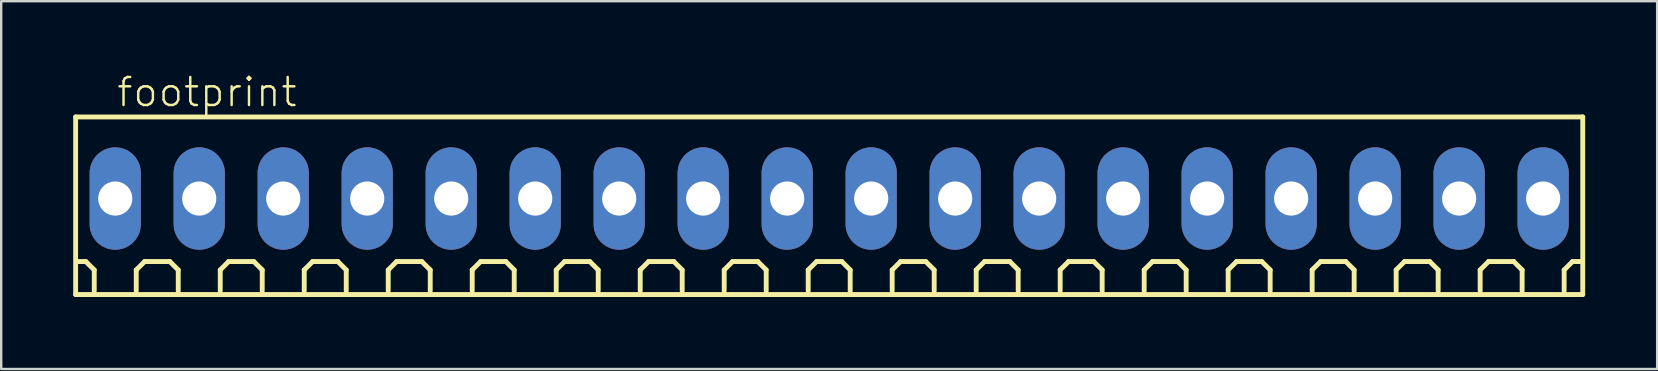
<source format=kicad_pcb>
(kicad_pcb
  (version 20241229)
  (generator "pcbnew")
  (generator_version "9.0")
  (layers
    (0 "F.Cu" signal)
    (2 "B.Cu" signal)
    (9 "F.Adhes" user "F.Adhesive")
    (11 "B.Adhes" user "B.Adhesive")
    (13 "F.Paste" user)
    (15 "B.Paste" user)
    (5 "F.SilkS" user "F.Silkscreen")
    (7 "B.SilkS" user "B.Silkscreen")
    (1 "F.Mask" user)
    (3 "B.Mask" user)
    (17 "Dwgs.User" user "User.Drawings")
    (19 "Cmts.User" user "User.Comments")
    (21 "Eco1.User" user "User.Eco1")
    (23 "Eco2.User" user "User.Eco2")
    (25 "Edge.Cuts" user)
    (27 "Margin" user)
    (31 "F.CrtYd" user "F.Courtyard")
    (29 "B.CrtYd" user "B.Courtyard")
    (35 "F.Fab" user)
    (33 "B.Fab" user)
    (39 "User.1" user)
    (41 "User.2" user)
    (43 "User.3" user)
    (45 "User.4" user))
  (footprint "footprint"
    (layer "F.Cu")
    (at 31.502 5.223)
    (property "Reference" "footprint" (at -29.75 -3.75 0) (layer "F.SilkS") (effects (font (size 1.168 1.168) (thickness 0.102)) (justify left bottom)))
    (fp_line (start -31.4 -3.4) (end 31.4 -3.4) (stroke (width 0.203) (type solid)) (layer "F.SilkS"))
    (fp_line (start -31.4 4) (end -31.4 -3.4) (stroke (width 0.203) (type solid)) (layer "F.SilkS"))
    (fp_line (start -30.975 2.625) (end -31.325 2.625) (stroke (width 0.203) (type solid)) (layer "F.SilkS"))
    (fp_line (start -30.625 2.975) (end -30.975 2.625) (stroke (width 0.203) (type solid)) (layer "F.SilkS"))
    (fp_line (start -30.625 3.85) (end -30.625 2.975) (stroke (width 0.203) (type solid)) (layer "F.SilkS"))
    (fp_line (start -28.875 2.975) (end -28.525 2.625) (stroke (width 0.203) (type solid)) (layer "F.SilkS"))
    (fp_line (start -28.875 3.85) (end -28.875 2.975) (stroke (width 0.203) (type solid)) (layer "F.SilkS"))
    (fp_line (start -28.525 2.625) (end -27.475 2.625) (stroke (width 0.203) (type solid)) (layer "F.SilkS"))
    (fp_line (start -27.475 2.625) (end -27.125 2.975) (stroke (width 0.203) (type solid)) (layer "F.SilkS"))
    (fp_line (start -27.125 2.975) (end -27.125 3.85) (stroke (width 0.203) (type solid)) (layer "F.SilkS"))
    (fp_line (start -25.375 2.975) (end -25.025 2.625) (stroke (width 0.203) (type solid)) (layer "F.SilkS"))
    (fp_line (start -25.375 3.85) (end -25.375 2.975) (stroke (width 0.203) (type solid)) (layer "F.SilkS"))
    (fp_line (start -25.025 2.625) (end -23.975 2.625) (stroke (width 0.203) (type solid)) (layer "F.SilkS"))
    (fp_line (start -23.975 2.625) (end -23.625 2.975) (stroke (width 0.203) (type solid)) (layer "F.SilkS"))
    (fp_line (start -23.625 2.975) (end -23.625 3.85) (stroke (width 0.203) (type solid)) (layer "F.SilkS"))
    (fp_line (start -21.875 2.975) (end -21.525 2.625) (stroke (width 0.203) (type solid)) (layer "F.SilkS"))
    (fp_line (start -21.875 3.85) (end -21.875 2.975) (stroke (width 0.203) (type solid)) (layer "F.SilkS"))
    (fp_line (start -21.525 2.625) (end -20.475 2.625) (stroke (width 0.203) (type solid)) (layer "F.SilkS"))
    (fp_line (start -20.475 2.625) (end -20.125 2.975) (stroke (width 0.203) (type solid)) (layer "F.SilkS"))
    (fp_line (start -20.125 2.975) (end -20.125 3.85) (stroke (width 0.203) (type solid)) (layer "F.SilkS"))
    (fp_line (start -18.375 2.975) (end -18.025 2.625) (stroke (width 0.203) (type solid)) (layer "F.SilkS"))
    (fp_line (start -18.375 3.85) (end -18.375 2.975) (stroke (width 0.203) (type solid)) (layer "F.SilkS"))
    (fp_line (start -18.025 2.625) (end -16.975 2.625) (stroke (width 0.203) (type solid)) (layer "F.SilkS"))
    (fp_line (start -16.975 2.625) (end -16.625 2.975) (stroke (width 0.203) (type solid)) (layer "F.SilkS"))
    (fp_line (start -16.625 2.975) (end -16.625 3.85) (stroke (width 0.203) (type solid)) (layer "F.SilkS"))
    (fp_line (start -14.875 2.975) (end -14.525 2.625) (stroke (width 0.203) (type solid)) (layer "F.SilkS"))
    (fp_line (start -14.875 3.85) (end -14.875 2.975) (stroke (width 0.203) (type solid)) (layer "F.SilkS"))
    (fp_line (start -14.525 2.625) (end -13.475 2.625) (stroke (width 0.203) (type solid)) (layer "F.SilkS"))
    (fp_line (start -13.475 2.625) (end -13.125 2.975) (stroke (width 0.203) (type solid)) (layer "F.SilkS"))
    (fp_line (start -13.125 2.975) (end -13.125 3.85) (stroke (width 0.203) (type solid)) (layer "F.SilkS"))
    (fp_line (start -11.375 2.975) (end -11.025 2.625) (stroke (width 0.203) (type solid)) (layer "F.SilkS"))
    (fp_line (start -11.375 3.85) (end -11.375 2.975) (stroke (width 0.203) (type solid)) (layer "F.SilkS"))
    (fp_line (start -11.025 2.625) (end -9.975 2.625) (stroke (width 0.203) (type solid)) (layer "F.SilkS"))
    (fp_line (start -9.975 2.625) (end -9.625 2.975) (stroke (width 0.203) (type solid)) (layer "F.SilkS"))
    (fp_line (start -9.625 2.975) (end -9.625 3.85) (stroke (width 0.203) (type solid)) (layer "F.SilkS"))
    (fp_line (start -7.875 2.975) (end -7.525 2.625) (stroke (width 0.203) (type solid)) (layer "F.SilkS"))
    (fp_line (start -7.875 3.85) (end -7.875 2.975) (stroke (width 0.203) (type solid)) (layer "F.SilkS"))
    (fp_line (start -7.525 2.625) (end -6.475 2.625) (stroke (width 0.203) (type solid)) (layer "F.SilkS"))
    (fp_line (start -6.475 2.625) (end -6.125 2.975) (stroke (width 0.203) (type solid)) (layer "F.SilkS"))
    (fp_line (start -6.125 2.975) (end -6.125 3.85) (stroke (width 0.203) (type solid)) (layer "F.SilkS"))
    (fp_line (start -4.375 2.975) (end -4.025 2.625) (stroke (width 0.203) (type solid)) (layer "F.SilkS"))
    (fp_line (start -4.375 3.85) (end -4.375 2.975) (stroke (width 0.203) (type solid)) (layer "F.SilkS"))
    (fp_line (start -4.025 2.625) (end -2.975 2.625) (stroke (width 0.203) (type solid)) (layer "F.SilkS"))
    (fp_line (start -2.975 2.625) (end -2.625 2.975) (stroke (width 0.203) (type solid)) (layer "F.SilkS"))
    (fp_line (start -2.625 2.975) (end -2.625 3.85) (stroke (width 0.203) (type solid)) (layer "F.SilkS"))
    (fp_line (start -0.875 2.975) (end -0.525 2.625) (stroke (width 0.203) (type solid)) (layer "F.SilkS"))
    (fp_line (start -0.875 3.85) (end -0.875 2.975) (stroke (width 0.203) (type solid)) (layer "F.SilkS"))
    (fp_line (start -0.525 2.625) (end 0.525 2.625) (stroke (width 0.203) (type solid)) (layer "F.SilkS"))
    (fp_line (start 0.525 2.625) (end 0.875 2.975) (stroke (width 0.203) (type solid)) (layer "F.SilkS"))
    (fp_line (start 0.875 2.975) (end 0.875 3.85) (stroke (width 0.203) (type solid)) (layer "F.SilkS"))
    (fp_line (start 2.625 2.975) (end 2.975 2.625) (stroke (width 0.203) (type solid)) (layer "F.SilkS"))
    (fp_line (start 2.625 3.85) (end 2.625 2.975) (stroke (width 0.203) (type solid)) (layer "F.SilkS"))
    (fp_line (start 2.975 2.625) (end 4.025 2.625) (stroke (width 0.203) (type solid)) (layer "F.SilkS"))
    (fp_line (start 4.025 2.625) (end 4.375 2.975) (stroke (width 0.203) (type solid)) (layer "F.SilkS"))
    (fp_line (start 4.375 2.975) (end 4.375 3.85) (stroke (width 0.203) (type solid)) (layer "F.SilkS"))
    (fp_line (start 6.125 2.975) (end 6.475 2.625) (stroke (width 0.203) (type solid)) (layer "F.SilkS"))
    (fp_line (start 6.125 3.85) (end 6.125 2.975) (stroke (width 0.203) (type solid)) (layer "F.SilkS"))
    (fp_line (start 6.475 2.625) (end 7.525 2.625) (stroke (width 0.203) (type solid)) (layer "F.SilkS"))
    (fp_line (start 7.525 2.625) (end 7.875 2.975) (stroke (width 0.203) (type solid)) (layer "F.SilkS"))
    (fp_line (start 7.875 2.975) (end 7.875 3.85) (stroke (width 0.203) (type solid)) (layer "F.SilkS"))
    (fp_line (start 9.625 2.975) (end 9.975 2.625) (stroke (width 0.203) (type solid)) (layer "F.SilkS"))
    (fp_line (start 9.625 3.85) (end 9.625 2.975) (stroke (width 0.203) (type solid)) (layer "F.SilkS"))
    (fp_line (start 9.975 2.625) (end 11.025 2.625) (stroke (width 0.203) (type solid)) (layer "F.SilkS"))
    (fp_line (start 11.025 2.625) (end 11.375 2.975) (stroke (width 0.203) (type solid)) (layer "F.SilkS"))
    (fp_line (start 11.375 2.975) (end 11.375 3.85) (stroke (width 0.203) (type solid)) (layer "F.SilkS"))
    (fp_line (start 13.125 2.975) (end 13.475 2.625) (stroke (width 0.203) (type solid)) (layer "F.SilkS"))
    (fp_line (start 13.125 3.85) (end 13.125 2.975) (stroke (width 0.203) (type solid)) (layer "F.SilkS"))
    (fp_line (start 13.475 2.625) (end 14.525 2.625) (stroke (width 0.203) (type solid)) (layer "F.SilkS"))
    (fp_line (start 14.525 2.625) (end 14.875 2.975) (stroke (width 0.203) (type solid)) (layer "F.SilkS"))
    (fp_line (start 14.875 2.975) (end 14.875 3.85) (stroke (width 0.203) (type solid)) (layer "F.SilkS"))
    (fp_line (start 16.625 2.975) (end 16.975 2.625) (stroke (width 0.203) (type solid)) (layer "F.SilkS"))
    (fp_line (start 16.625 3.85) (end 16.625 2.975) (stroke (width 0.203) (type solid)) (layer "F.SilkS"))
    (fp_line (start 16.975 2.625) (end 18.025 2.625) (stroke (width 0.203) (type solid)) (layer "F.SilkS"))
    (fp_line (start 18.025 2.625) (end 18.375 2.975) (stroke (width 0.203) (type solid)) (layer "F.SilkS"))
    (fp_line (start 18.375 2.975) (end 18.375 3.85) (stroke (width 0.203) (type solid)) (layer "F.SilkS"))
    (fp_line (start 20.125 2.975) (end 20.475 2.625) (stroke (width 0.203) (type solid)) (layer "F.SilkS"))
    (fp_line (start 20.125 3.85) (end 20.125 2.975) (stroke (width 0.203) (type solid)) (layer "F.SilkS"))
    (fp_line (start 20.475 2.625) (end 21.525 2.625) (stroke (width 0.203) (type solid)) (layer "F.SilkS"))
    (fp_line (start 21.525 2.625) (end 21.875 2.975) (stroke (width 0.203) (type solid)) (layer "F.SilkS"))
    (fp_line (start 21.875 2.975) (end 21.875 3.85) (stroke (width 0.203) (type solid)) (layer "F.SilkS"))
    (fp_line (start 23.625 2.975) (end 23.975 2.625) (stroke (width 0.203) (type solid)) (layer "F.SilkS"))
    (fp_line (start 23.625 3.85) (end 23.625 2.975) (stroke (width 0.203) (type solid)) (layer "F.SilkS"))
    (fp_line (start 23.975 2.625) (end 25.025 2.625) (stroke (width 0.203) (type solid)) (layer "F.SilkS"))
    (fp_line (start 25.025 2.625) (end 25.375 2.975) (stroke (width 0.203) (type solid)) (layer "F.SilkS"))
    (fp_line (start 25.375 2.975) (end 25.375 3.85) (stroke (width 0.203) (type solid)) (layer "F.SilkS"))
    (fp_line (start 27.125 2.975) (end 27.475 2.625) (stroke (width 0.203) (type solid)) (layer "F.SilkS"))
    (fp_line (start 27.125 3.85) (end 27.125 2.975) (stroke (width 0.203) (type solid)) (layer "F.SilkS"))
    (fp_line (start 27.475 2.625) (end 28.525 2.625) (stroke (width 0.203) (type solid)) (layer "F.SilkS"))
    (fp_line (start 28.525 2.625) (end 28.875 2.975) (stroke (width 0.203) (type solid)) (layer "F.SilkS"))
    (fp_line (start 28.875 2.975) (end 28.875 3.85) (stroke (width 0.203) (type solid)) (layer "F.SilkS"))
    (fp_line (start 30.625 2.975) (end 30.975 2.625) (stroke (width 0.203) (type solid)) (layer "F.SilkS"))
    (fp_line (start 30.625 3.85) (end 30.625 2.975) (stroke (width 0.203) (type solid)) (layer "F.SilkS"))
    (fp_line (start 30.975 2.625) (end 31.325 2.625) (stroke (width 0.203) (type solid)) (layer "F.SilkS"))
    (fp_line (start 31.4 -3.4) (end 31.4 4) (stroke (width 0.203) (type solid)) (layer "F.SilkS"))
    (fp_line (start 31.4 4) (end -31.4 4) (stroke (width 0.203) (type solid)) (layer "F.SilkS"))
    (pad "1" thru_hole oval (at -29.75 0 90) (size 4.267 2.134) (drill 1.422) (layers "*.Cu" "*.Mask"))
    (pad "2" thru_hole oval (at -26.25 0 90) (size 4.267 2.134) (drill 1.422) (layers "*.Cu" "*.Mask"))
    (pad "3" thru_hole oval (at -22.75 0 90) (size 4.267 2.134) (drill 1.422) (layers "*.Cu" "*.Mask"))
    (pad "4" thru_hole oval (at -19.25 0 90) (size 4.267 2.134) (drill 1.422) (layers "*.Cu" "*.Mask"))
    (pad "5" thru_hole oval (at -15.75 0 90) (size 4.267 2.134) (drill 1.422) (layers "*.Cu" "*.Mask"))
    (pad "6" thru_hole oval (at -12.25 0 90) (size 4.267 2.134) (drill 1.422) (layers "*.Cu" "*.Mask"))
    (pad "7" thru_hole oval (at -8.75 0 90) (size 4.267 2.134) (drill 1.422) (layers "*.Cu" "*.Mask"))
    (pad "8" thru_hole oval (at -5.25 0 90) (size 4.267 2.134) (drill 1.422) (layers "*.Cu" "*.Mask"))
    (pad "9" thru_hole oval (at -1.75 0 90) (size 4.267 2.134) (drill 1.422) (layers "*.Cu" "*.Mask"))
    (pad "10" thru_hole oval (at 1.75 0 90) (size 4.267 2.134) (drill 1.422) (layers "*.Cu" "*.Mask"))
    (pad "11" thru_hole oval (at 5.25 0 90) (size 4.267 2.134) (drill 1.422) (layers "*.Cu" "*.Mask"))
    (pad "12" thru_hole oval (at 8.75 0 90) (size 4.267 2.134) (drill 1.422) (layers "*.Cu" "*.Mask"))
    (pad "13" thru_hole oval (at 12.25 0 90) (size 4.267 2.134) (drill 1.422) (layers "*.Cu" "*.Mask"))
    (pad "14" thru_hole oval (at 15.75 0 90) (size 4.267 2.134) (drill 1.422) (layers "*.Cu" "*.Mask"))
    (pad "15" thru_hole oval (at 19.25 0 90) (size 4.267 2.134) (drill 1.422) (layers "*.Cu" "*.Mask"))
    (pad "16" thru_hole oval (at 22.75 0 90) (size 4.267 2.134) (drill 1.422) (layers "*.Cu" "*.Mask"))
    (pad "17" thru_hole oval (at 26.25 0 90) (size 4.267 2.134) (drill 1.422) (layers "*.Cu" "*.Mask"))
    (pad "18" thru_hole oval (at 29.75 0 90) (size 4.267 2.134) (drill 1.422) (layers "*.Cu" "*.Mask")))
  (gr_rect
    (start -3 -3)
    (end 66.003 12.325)
    (stroke (width 0.1) (type default))
    (fill no)
    (layer "Edge.Cuts")))
</source>
